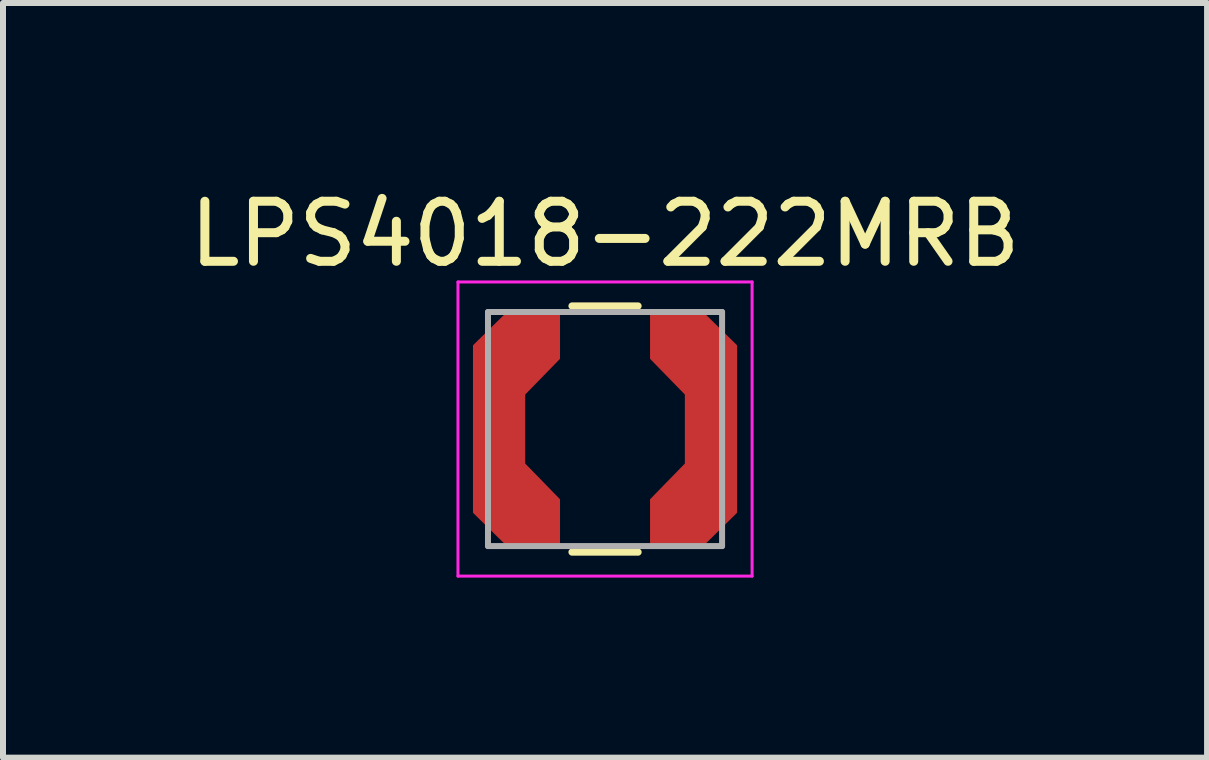
<source format=kicad_pcb>
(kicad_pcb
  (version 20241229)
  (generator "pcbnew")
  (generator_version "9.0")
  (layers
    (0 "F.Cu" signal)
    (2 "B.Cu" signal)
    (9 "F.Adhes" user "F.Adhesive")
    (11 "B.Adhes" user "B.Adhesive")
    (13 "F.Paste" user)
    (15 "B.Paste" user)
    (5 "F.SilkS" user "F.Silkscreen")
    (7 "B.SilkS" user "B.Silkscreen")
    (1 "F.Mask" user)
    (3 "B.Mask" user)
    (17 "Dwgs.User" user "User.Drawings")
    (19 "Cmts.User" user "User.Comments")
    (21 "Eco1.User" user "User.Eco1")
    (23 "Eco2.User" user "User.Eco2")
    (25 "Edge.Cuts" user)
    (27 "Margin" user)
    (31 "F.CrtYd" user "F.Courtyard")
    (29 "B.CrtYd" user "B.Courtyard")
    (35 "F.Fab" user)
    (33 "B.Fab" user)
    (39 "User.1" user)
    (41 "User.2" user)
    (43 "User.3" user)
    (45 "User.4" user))
  (footprint "LPS4018-222MRB"
    (layer "F.Cu")
    (at 7.03 4.098)
    (property "Reference" "LPS4018-222MRB" (at 0 -3.25 0) (layer "F.SilkS") (effects (font (size 1 1) (thickness 0.15))))
    (attr smd)
    (fp_line (start -0.55 -2.05) (end 0.55 -2.05) (stroke (width 0.12) (type solid)) (layer "F.SilkS"))
    (fp_line (start -0.55 2.05) (end 0.55 2.05) (stroke (width 0.12) (type solid)) (layer "F.SilkS"))
    (fp_line (start -2.45 -2.45) (end -2.45 2.45) (stroke (width 0.05) (type solid)) (layer "F.CrtYd"))
    (fp_line (start -2.45 2.45) (end 2.45 2.45) (stroke (width 0.05) (type solid)) (layer "F.CrtYd"))
    (fp_line (start 2.45 -2.45) (end -2.45 -2.45) (stroke (width 0.05) (type solid)) (layer "F.CrtYd"))
    (fp_line (start 2.45 2.45) (end 2.45 -2.45) (stroke (width 0.05) (type solid)) (layer "F.CrtYd"))
    (fp_line (start -1.95 -1.95) (end -1.95 1.95) (stroke (width 0.1) (type solid)) (layer "F.Fab"))
    (fp_line (start -1.95 1.95) (end 1.95 1.95) (stroke (width 0.1) (type solid)) (layer "F.Fab"))
    (fp_line (start 1.95 -1.95) (end -1.95 -1.95) (stroke (width 0.1) (type solid)) (layer "F.Fab"))
    (fp_line (start 1.95 1.95) (end 1.95 -1.95) (stroke (width 0.1) (type solid)) (layer "F.Fab"))
    (pad "1" smd rect (at -1.765 0) (size 0.87 2.79) (layers "F.Cu" "F.Mask" "F.Paste"))
    (pad "1" smd rect (at -1.645 -1.39 44.484) (size 0.785 0.785) (layers "F.Cu" "F.Mask" "F.Paste"))
    (pad "1" smd rect (at -1.645 1.39 315.516) (size 0.785 0.785) (layers "F.Cu" "F.Mask" "F.Paste"))
    (pad "1" smd rect (at -1.337 -1.163 45.731) (size 0.831 0.831) (layers "F.Cu" "F.Mask" "F.Paste"))
    (pad "1" smd rect (at -1.337 1.163 314.269) (size 0.831 0.831) (layers "F.Cu" "F.Mask" "F.Paste"))
    (pad "1" smd rect (at -1.195 -1.558) (size 0.89 0.775) (layers "F.Cu" "F.Mask" "F.Paste"))
    (pad "1" smd rect (at -1.195 1.558) (size 0.89 0.775) (layers "F.Cu" "F.Mask" "F.Paste"))
    (pad "2" smd rect (at 1.195 -1.558) (size 0.89 0.775) (layers "F.Cu" "F.Mask" "F.Paste"))
    (pad "2" smd rect (at 1.195 1.558) (size 0.89 0.775) (layers "F.Cu" "F.Mask" "F.Paste"))
    (pad "2" smd rect (at 1.337 1.163 45.731) (size 0.831 0.831) (layers "F.Cu" "F.Mask" "F.Paste"))
    (pad "2" smd rect (at 1.645 -1.39 315.516) (size 0.785 0.785) (layers "F.Cu" "F.Mask" "F.Paste"))
    (pad "2" smd rect (at 1.645 1.39 44.484) (size 0.785 0.785) (layers "F.Cu" "F.Mask" "F.Paste"))
    (pad "2" smd rect (at 1.765 0) (size 0.87 2.79) (layers "F.Cu" "F.Mask" "F.Paste"))
    (pad "3" smd rect (at 1.337 -1.163 314.269) (size 0.831 0.831) (layers "F.Cu" "F.Mask" "F.Paste")))
  (gr_rect
    (start -3 -3)
    (end 17.06 9.573)
    (stroke (width 0.1) (type default))
    (fill no)
    (layer "Edge.Cuts")))
</source>
